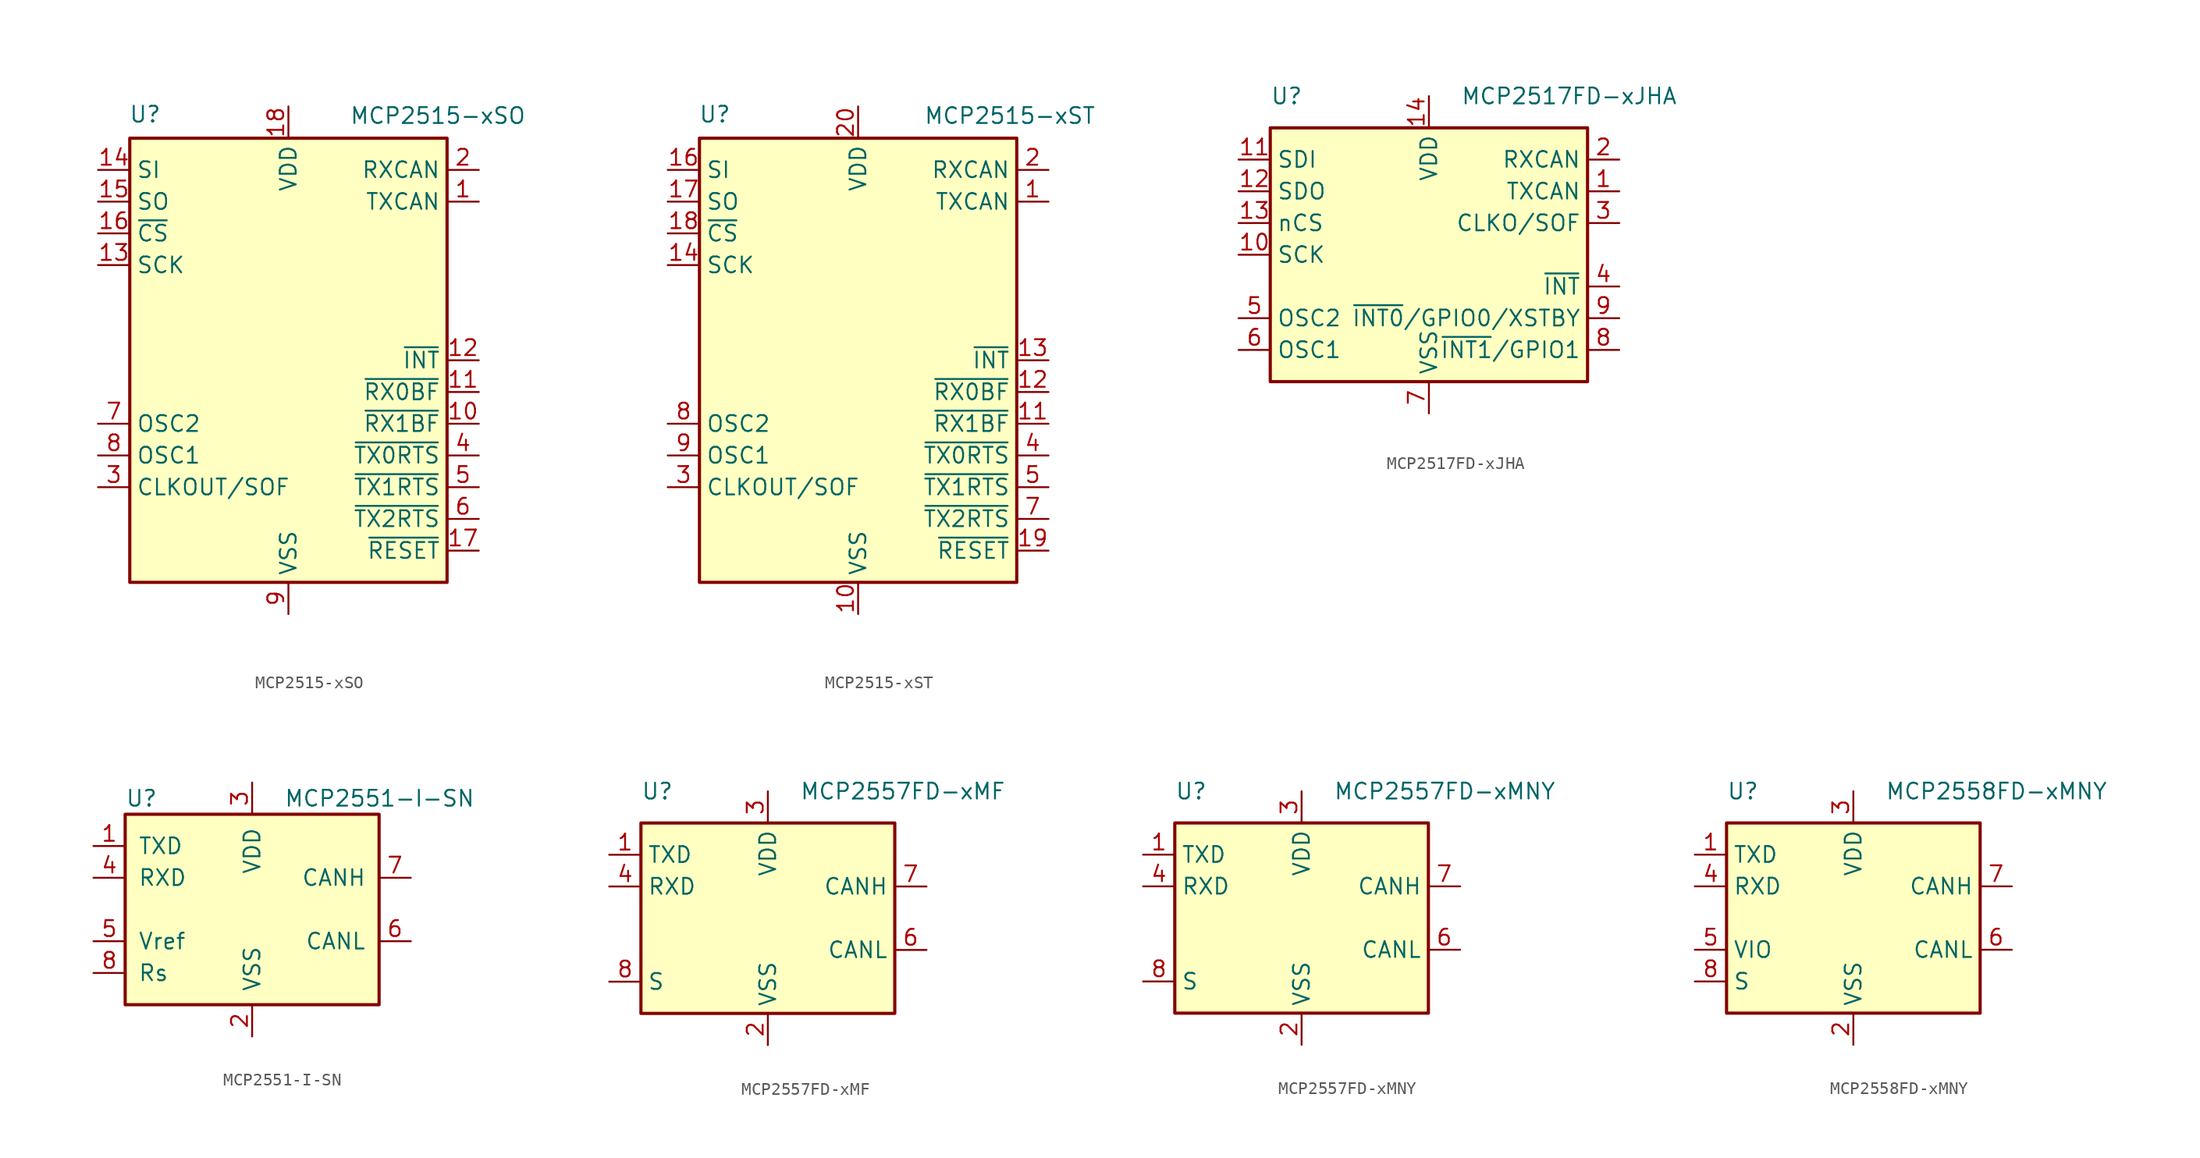
<source format=kicad_sym>
(kicad_symbol_lib
  (version 20201005)
  (generator kicad_symbol_editor)
  (symbol "MCP2515-xSO"
    (property "Reference" "U"
      (at -10.16 19.685 0)
      (effects (font (size 1.27 1.27)) (justify right)))
    (property "Value" "MCP2515-xSO"
      (at 19.05 20.32 0)
      (effects (font (size 1.27 1.27)) (justify right top)))
    (symbol "MCP2515-xSO_0_1"
      (rectangle (start -12.7 17.78) (end 12.7 -17.78) (stroke (width 0.254)) (fill (type background))))
    (symbol "MCP2515-xSO_1_1"
      (pin output line (at 15.24 12.7 180) (length 2.54) (name "TXCAN" (effects (font (size 1.27 1.27)))) (number "1" (effects (font (size 1.27 1.27)))))
      (pin output line (at 15.24 -5.08 180) (length 2.54) (name "~RX1BF" (effects (font (size 1.27 1.27)))) (number "10" (effects (font (size 1.27 1.27)))))
      (pin output line (at 15.24 -2.54 180) (length 2.54) (name "~RX0BF" (effects (font (size 1.27 1.27)))) (number "11" (effects (font (size 1.27 1.27)))))
      (pin output line (at 15.24 0 180) (length 2.54) (name "~INT" (effects (font (size 1.27 1.27)))) (number "12" (effects (font (size 1.27 1.27)))))
      (pin input line (at -15.24 7.62 0) (length 2.54) (name "SCK" (effects (font (size 1.27 1.27)))) (number "13" (effects (font (size 1.27 1.27)))))
      (pin input line (at -15.24 15.24 0) (length 2.54) (name "SI" (effects (font (size 1.27 1.27)))) (number "14" (effects (font (size 1.27 1.27)))))
      (pin output line (at -15.24 12.7 0) (length 2.54) (name "SO" (effects (font (size 1.27 1.27)))) (number "15" (effects (font (size 1.27 1.27)))))
      (pin input line (at -15.24 10.16 0) (length 2.54) (name "~CS" (effects (font (size 1.27 1.27)))) (number "16" (effects (font (size 1.27 1.27)))))
      (pin input line (at 15.24 -15.24 180) (length 2.54) (name "~RESET" (effects (font (size 1.27 1.27)))) (number "17" (effects (font (size 1.27 1.27)))))
      (pin power_in line (at 0 20.32 270) (length 2.54) (name "VDD" (effects (font (size 1.27 1.27)))) (number "18" (effects (font (size 1.27 1.27)))))
      (pin input line (at 15.24 15.24 180) (length 2.54) (name "RXCAN" (effects (font (size 1.27 1.27)))) (number "2" (effects (font (size 1.27 1.27)))))
      (pin output line (at -15.24 -10.16 0) (length 2.54) (name "CLKOUT/SOF" (effects (font (size 1.27 1.27)))) (number "3" (effects (font (size 1.27 1.27)))))
      (pin input line (at 15.24 -7.62 180) (length 2.54) (name "~TX0RTS" (effects (font (size 1.27 1.27)))) (number "4" (effects (font (size 1.27 1.27)))))
      (pin input line (at 15.24 -10.16 180) (length 2.54) (name "~TX1RTS" (effects (font (size 1.27 1.27)))) (number "5" (effects (font (size 1.27 1.27)))))
      (pin input line (at 15.24 -12.7 180) (length 2.54) (name "~TX2RTS" (effects (font (size 1.27 1.27)))) (number "6" (effects (font (size 1.27 1.27)))))
      (pin output line (at -15.24 -5.08 0) (length 2.54) (name "OSC2" (effects (font (size 1.27 1.27)))) (number "7" (effects (font (size 1.27 1.27)))))
      (pin input line (at -15.24 -7.62 0) (length 2.54) (name "OSC1" (effects (font (size 1.27 1.27)))) (number "8" (effects (font (size 1.27 1.27)))))
      (pin power_in line (at 0 -20.32 90) (length 2.54) (name "VSS" (effects (font (size 1.27 1.27)))) (number "9" (effects (font (size 1.27 1.27)))))))
  (symbol "MCP2515-xST"
    (property "Reference" "U"
      (at -10.16 19.685 0)
      (effects (font (size 1.27 1.27)) (justify right)))
    (property "Value" "MCP2515-xST"
      (at 19.05 20.32 0)
      (effects (font (size 1.27 1.27)) (justify right top)))
    (symbol "MCP2515-xST_0_1"
      (rectangle (start -12.7 17.78) (end 12.7 -17.78) (stroke (width 0.254)) (fill (type background))))
    (symbol "MCP2515-xST_1_1"
      (pin output line (at 15.24 12.7 180) (length 2.54) (name "TXCAN" (effects (font (size 1.27 1.27)))) (number "1" (effects (font (size 1.27 1.27)))))
      (pin power_in line (at 0 -20.32 90) (length 2.54) (name "VSS" (effects (font (size 1.27 1.27)))) (number "10" (effects (font (size 1.27 1.27)))))
      (pin output line (at 15.24 -5.08 180) (length 2.54) (name "~RX1BF" (effects (font (size 1.27 1.27)))) (number "11" (effects (font (size 1.27 1.27)))))
      (pin output line (at 15.24 -2.54 180) (length 2.54) (name "~RX0BF" (effects (font (size 1.27 1.27)))) (number "12" (effects (font (size 1.27 1.27)))))
      (pin output line (at 15.24 0 180) (length 2.54) (name "~INT" (effects (font (size 1.27 1.27)))) (number "13" (effects (font (size 1.27 1.27)))))
      (pin input line (at -15.24 7.62 0) (length 2.54) (name "SCK" (effects (font (size 1.27 1.27)))) (number "14" (effects (font (size 1.27 1.27)))))
      (pin no_connect line (at -12.7 -2.54 0) (length 2.54) hide (name "NC" (effects (font (size 1.27 1.27)))) (number "15" (effects (font (size 1.27 1.27)))))
      (pin input line (at -15.24 15.24 0) (length 2.54) (name "SI" (effects (font (size 1.27 1.27)))) (number "16" (effects (font (size 1.27 1.27)))))
      (pin output line (at -15.24 12.7 0) (length 2.54) (name "SO" (effects (font (size 1.27 1.27)))) (number "17" (effects (font (size 1.27 1.27)))))
      (pin input line (at -15.24 10.16 0) (length 2.54) (name "~CS" (effects (font (size 1.27 1.27)))) (number "18" (effects (font (size 1.27 1.27)))))
      (pin input line (at 15.24 -15.24 180) (length 2.54) (name "~RESET" (effects (font (size 1.27 1.27)))) (number "19" (effects (font (size 1.27 1.27)))))
      (pin input line (at 15.24 15.24 180) (length 2.54) (name "RXCAN" (effects (font (size 1.27 1.27)))) (number "2" (effects (font (size 1.27 1.27)))))
      (pin power_in line (at 0 20.32 270) (length 2.54) (name "VDD" (effects (font (size 1.27 1.27)))) (number "20" (effects (font (size 1.27 1.27)))))
      (pin output line (at -15.24 -10.16 0) (length 2.54) (name "CLKOUT/SOF" (effects (font (size 1.27 1.27)))) (number "3" (effects (font (size 1.27 1.27)))))
      (pin input line (at 15.24 -7.62 180) (length 2.54) (name "~TX0RTS" (effects (font (size 1.27 1.27)))) (number "4" (effects (font (size 1.27 1.27)))))
      (pin input line (at 15.24 -10.16 180) (length 2.54) (name "~TX1RTS" (effects (font (size 1.27 1.27)))) (number "5" (effects (font (size 1.27 1.27)))))
      (pin no_connect line (at -12.7 0 0) (length 2.54) hide (name "NC" (effects (font (size 1.27 1.27)))) (number "6" (effects (font (size 1.27 1.27)))))
      (pin input line (at 15.24 -12.7 180) (length 2.54) (name "~TX2RTS" (effects (font (size 1.27 1.27)))) (number "7" (effects (font (size 1.27 1.27)))))
      (pin output line (at -15.24 -5.08 0) (length 2.54) (name "OSC2" (effects (font (size 1.27 1.27)))) (number "8" (effects (font (size 1.27 1.27)))))
      (pin input line (at -15.24 -7.62 0) (length 2.54) (name "OSC1" (effects (font (size 1.27 1.27)))) (number "9" (effects (font (size 1.27 1.27)))))))
  (symbol "MCP2517FD-xJHA"
    (property "Reference" "U"
      (at -12.7 12.7 0)
      (effects (font (size 1.27 1.27)) (justify left)))
    (property "Value" "MCP2517FD-xJHA"
      (at 2.54 12.7 0)
      (effects (font (size 1.27 1.27)) (justify left)))
    (symbol "MCP2517FD-xJHA_0_1"
      (rectangle (start -12.7 10.16) (end 12.7 -10.16) (stroke (width 0.254)) (fill (type background))))
    (symbol "MCP2517FD-xJHA_1_1"
      (pin output line (at 15.24 5.08 180) (length 2.54) (name "TXCAN" (effects (font (size 1.27 1.27)))) (number "1" (effects (font (size 1.27 1.27)))))
      (pin input line (at -15.24 0 0) (length 2.54) (name "SCK" (effects (font (size 1.27 1.27)))) (number "10" (effects (font (size 1.27 1.27)))))
      (pin input line (at -15.24 7.62 0) (length 2.54) (name "SDI" (effects (font (size 1.27 1.27)))) (number "11" (effects (font (size 1.27 1.27)))))
      (pin output line (at -15.24 5.08 0) (length 2.54) (name "SDO" (effects (font (size 1.27 1.27)))) (number "12" (effects (font (size 1.27 1.27)))))
      (pin input line (at -15.24 2.54 0) (length 2.54) (name "nCS" (effects (font (size 1.27 1.27)))) (number "13" (effects (font (size 1.27 1.27)))))
      (pin power_in line (at 0 12.7 270) (length 2.54) (name "VDD" (effects (font (size 1.27 1.27)))) (number "14" (effects (font (size 1.27 1.27)))))
      (pin passive line (at 0 -12.7 90) (length 2.54) hide (name "VSS" (effects (font (size 1.27 1.27)))) (number "15" (effects (font (size 1.27 1.27)))))
      (pin input line (at 15.24 7.62 180) (length 2.54) (name "RXCAN" (effects (font (size 1.27 1.27)))) (number "2" (effects (font (size 1.27 1.27)))))
      (pin output line (at 15.24 2.54 180) (length 2.54) (name "CLKO/SOF" (effects (font (size 1.27 1.27)))) (number "3" (effects (font (size 1.27 1.27)))))
      (pin output line (at 15.24 -2.54 180) (length 2.54) (name "~INT" (effects (font (size 1.27 1.27)))) (number "4" (effects (font (size 1.27 1.27)))))
      (pin output line (at -15.24 -5.08 0) (length 2.54) (name "OSC2" (effects (font (size 1.27 1.27)))) (number "5" (effects (font (size 1.27 1.27)))))
      (pin input line (at -15.24 -7.62 0) (length 2.54) (name "OSC1" (effects (font (size 1.27 1.27)))) (number "6" (effects (font (size 1.27 1.27)))))
      (pin power_in line (at 0 -12.7 90) (length 2.54) (name "VSS" (effects (font (size 1.27 1.27)))) (number "7" (effects (font (size 1.27 1.27)))))
      (pin bidirectional line (at 15.24 -7.62 180) (length 2.54) (name "~INT1~/GPIO1" (effects (font (size 1.27 1.27)))) (number "8" (effects (font (size 1.27 1.27)))))
      (pin bidirectional line (at 15.24 -5.08 180) (length 2.54) (name "~INT0~/GPIO0/XSTBY" (effects (font (size 1.27 1.27)))) (number "9" (effects (font (size 1.27 1.27)))))))
  (symbol "MCP2551-I-SN"
    (pin_names
      (offset 1.016))
    (property "Reference" "U"
      (at -10.16 8.89 0)
      (effects (font (size 1.27 1.27)) (justify left)))
    (property "Value" "MCP2551-I-SN"
      (at 2.54 8.89 0)
      (effects (font (size 1.27 1.27)) (justify left)))
    (symbol "MCP2551-I-SN_0_1"
      (rectangle (start -10.16 7.62) (end 10.16 -7.62) (stroke (width 0.254)) (fill (type background))))
    (symbol "MCP2551-I-SN_1_1"
      (pin input line (at -12.7 5.08 0) (length 2.54) (name "TXD" (effects (font (size 1.27 1.27)))) (number "1" (effects (font (size 1.27 1.27)))))
      (pin power_in line (at 0 -10.16 90) (length 2.54) (name "VSS" (effects (font (size 1.27 1.27)))) (number "2" (effects (font (size 1.27 1.27)))))
      (pin power_in line (at 0 10.16 270) (length 2.54) (name "VDD" (effects (font (size 1.27 1.27)))) (number "3" (effects (font (size 1.27 1.27)))))
      (pin output line (at -12.7 2.54 0) (length 2.54) (name "RXD" (effects (font (size 1.27 1.27)))) (number "4" (effects (font (size 1.27 1.27)))))
      (pin power_out line (at -12.7 -2.54 0) (length 2.54) (name "Vref" (effects (font (size 1.27 1.27)))) (number "5" (effects (font (size 1.27 1.27)))))
      (pin bidirectional line (at 12.7 -2.54 180) (length 2.54) (name "CANL" (effects (font (size 1.27 1.27)))) (number "6" (effects (font (size 1.27 1.27)))))
      (pin bidirectional line (at 12.7 2.54 180) (length 2.54) (name "CANH" (effects (font (size 1.27 1.27)))) (number "7" (effects (font (size 1.27 1.27)))))
      (pin input line (at -12.7 -5.08 0) (length 2.54) (name "Rs" (effects (font (size 1.27 1.27)))) (number "8" (effects (font (size 1.27 1.27)))))))
  (symbol "MCP2557FD-xMF"
    (property "Reference" "U"
      (at -10.16 10.16 0)
      (effects (font (size 1.27 1.27)) (justify left)))
    (property "Value" "MCP2557FD-xMF"
      (at 2.54 10.16 0)
      (effects (font (size 1.27 1.27)) (justify left)))
    (symbol "MCP2557FD-xMF_0_1"
      (rectangle (start -10.16 7.62) (end 10.16 -7.62) (stroke (width 0.254)) (fill (type background))))
    (symbol "MCP2557FD-xMF_1_1"
      (pin input line (at -12.7 5.08 0) (length 2.54) (name "TXD" (effects (font (size 1.27 1.27)))) (number "1" (effects (font (size 1.27 1.27)))))
      (pin power_in line (at 0 -10.16 90) (length 2.54) (name "VSS" (effects (font (size 1.27 1.27)))) (number "2" (effects (font (size 1.27 1.27)))))
      (pin power_in line (at 0 10.16 270) (length 2.54) (name "VDD" (effects (font (size 1.27 1.27)))) (number "3" (effects (font (size 1.27 1.27)))))
      (pin output line (at -12.7 2.54 0) (length 2.54) (name "RXD" (effects (font (size 1.27 1.27)))) (number "4" (effects (font (size 1.27 1.27)))))
      (pin no_connect line (at -10.16 -2.54 0) (length 2.54) hide (name "NC" (effects (font (size 1.27 1.27)))) (number "5" (effects (font (size 1.27 1.27)))))
      (pin bidirectional line (at 12.7 -2.54 180) (length 2.54) (name "CANL" (effects (font (size 1.27 1.27)))) (number "6" (effects (font (size 1.27 1.27)))))
      (pin bidirectional line (at 12.7 2.54 180) (length 2.54) (name "CANH" (effects (font (size 1.27 1.27)))) (number "7" (effects (font (size 1.27 1.27)))))
      (pin input line (at -12.7 -5.08 0) (length 2.54) (name "S" (effects (font (size 1.27 1.27)))) (number "8" (effects (font (size 1.27 1.27)))))
      (pin passive line (at 0 -10.16 90) (length 2.54) hide (name "VSS" (effects (font (size 1.27 1.27)))) (number "9" (effects (font (size 1.27 1.27)))))))
  (symbol "MCP2557FD-xMNY"
    (property "Reference" "U"
      (at -10.16 10.16 0)
      (effects (font (size 1.27 1.27)) (justify left)))
    (property "Value" "MCP2557FD-xMNY"
      (at 2.54 10.16 0)
      (effects (font (size 1.27 1.27)) (justify left)))
    (symbol "MCP2557FD-xMNY_0_1"
      (rectangle (start -10.16 7.62) (end 10.16 -7.62) (stroke (width 0.254)) (fill (type background))))
    (symbol "MCP2557FD-xMNY_1_1"
      (pin input line (at -12.7 5.08 0) (length 2.54) (name "TXD" (effects (font (size 1.27 1.27)))) (number "1" (effects (font (size 1.27 1.27)))))
      (pin power_in line (at 0 -10.16 90) (length 2.54) (name "VSS" (effects (font (size 1.27 1.27)))) (number "2" (effects (font (size 1.27 1.27)))))
      (pin power_in line (at 0 10.16 270) (length 2.54) (name "VDD" (effects (font (size 1.27 1.27)))) (number "3" (effects (font (size 1.27 1.27)))))
      (pin output line (at -12.7 2.54 0) (length 2.54) (name "RXD" (effects (font (size 1.27 1.27)))) (number "4" (effects (font (size 1.27 1.27)))))
      (pin no_connect line (at -12.7 -2.54 0) (length 2.54) hide (name "NC" (effects (font (size 1.27 1.27)))) (number "5" (effects (font (size 1.27 1.27)))))
      (pin bidirectional line (at 12.7 -2.54 180) (length 2.54) (name "CANL" (effects (font (size 1.27 1.27)))) (number "6" (effects (font (size 1.27 1.27)))))
      (pin bidirectional line (at 12.7 2.54 180) (length 2.54) (name "CANH" (effects (font (size 1.27 1.27)))) (number "7" (effects (font (size 1.27 1.27)))))
      (pin input line (at -12.7 -5.08 0) (length 2.54) (name "S" (effects (font (size 1.27 1.27)))) (number "8" (effects (font (size 1.27 1.27)))))
      (pin passive line (at 0 -10.16 90) (length 2.54) hide (name "VSS" (effects (font (size 1.27 1.27)))) (number "9" (effects (font (size 1.27 1.27)))))))
  (symbol "MCP2558FD-xMNY"
    (property "Reference" "U"
      (at -10.16 10.16 0)
      (effects (font (size 1.27 1.27)) (justify left)))
    (property "Value" "MCP2558FD-xMNY"
      (at 2.54 10.16 0)
      (effects (font (size 1.27 1.27)) (justify left)))
    (symbol "MCP2558FD-xMNY_0_1"
      (rectangle (start -10.16 7.62) (end 10.16 -7.62) (stroke (width 0.254)) (fill (type background))))
    (symbol "MCP2558FD-xMNY_1_1"
      (pin input line (at -12.7 5.08 0) (length 2.54) (name "TXD" (effects (font (size 1.27 1.27)))) (number "1" (effects (font (size 1.27 1.27)))))
      (pin power_in line (at 0 -10.16 90) (length 2.54) (name "VSS" (effects (font (size 1.27 1.27)))) (number "2" (effects (font (size 1.27 1.27)))))
      (pin power_in line (at 0 10.16 270) (length 2.54) (name "VDD" (effects (font (size 1.27 1.27)))) (number "3" (effects (font (size 1.27 1.27)))))
      (pin output line (at -12.7 2.54 0) (length 2.54) (name "RXD" (effects (font (size 1.27 1.27)))) (number "4" (effects (font (size 1.27 1.27)))))
      (pin power_in line (at -12.7 -2.54 0) (length 2.54) (name "VIO" (effects (font (size 1.27 1.27)))) (number "5" (effects (font (size 1.27 1.27)))))
      (pin bidirectional line (at 12.7 -2.54 180) (length 2.54) (name "CANL" (effects (font (size 1.27 1.27)))) (number "6" (effects (font (size 1.27 1.27)))))
      (pin bidirectional line (at 12.7 2.54 180) (length 2.54) (name "CANH" (effects (font (size 1.27 1.27)))) (number "7" (effects (font (size 1.27 1.27)))))
      (pin input line (at -12.7 -5.08 0) (length 2.54) (name "S" (effects (font (size 1.27 1.27)))) (number "8" (effects (font (size 1.27 1.27)))))
      (pin passive line (at 0 -10.16 90) (length 2.54) hide (name "VSS" (effects (font (size 1.27 1.27)))) (number "9" (effects (font (size 1.27 1.27))))))))
</source>
